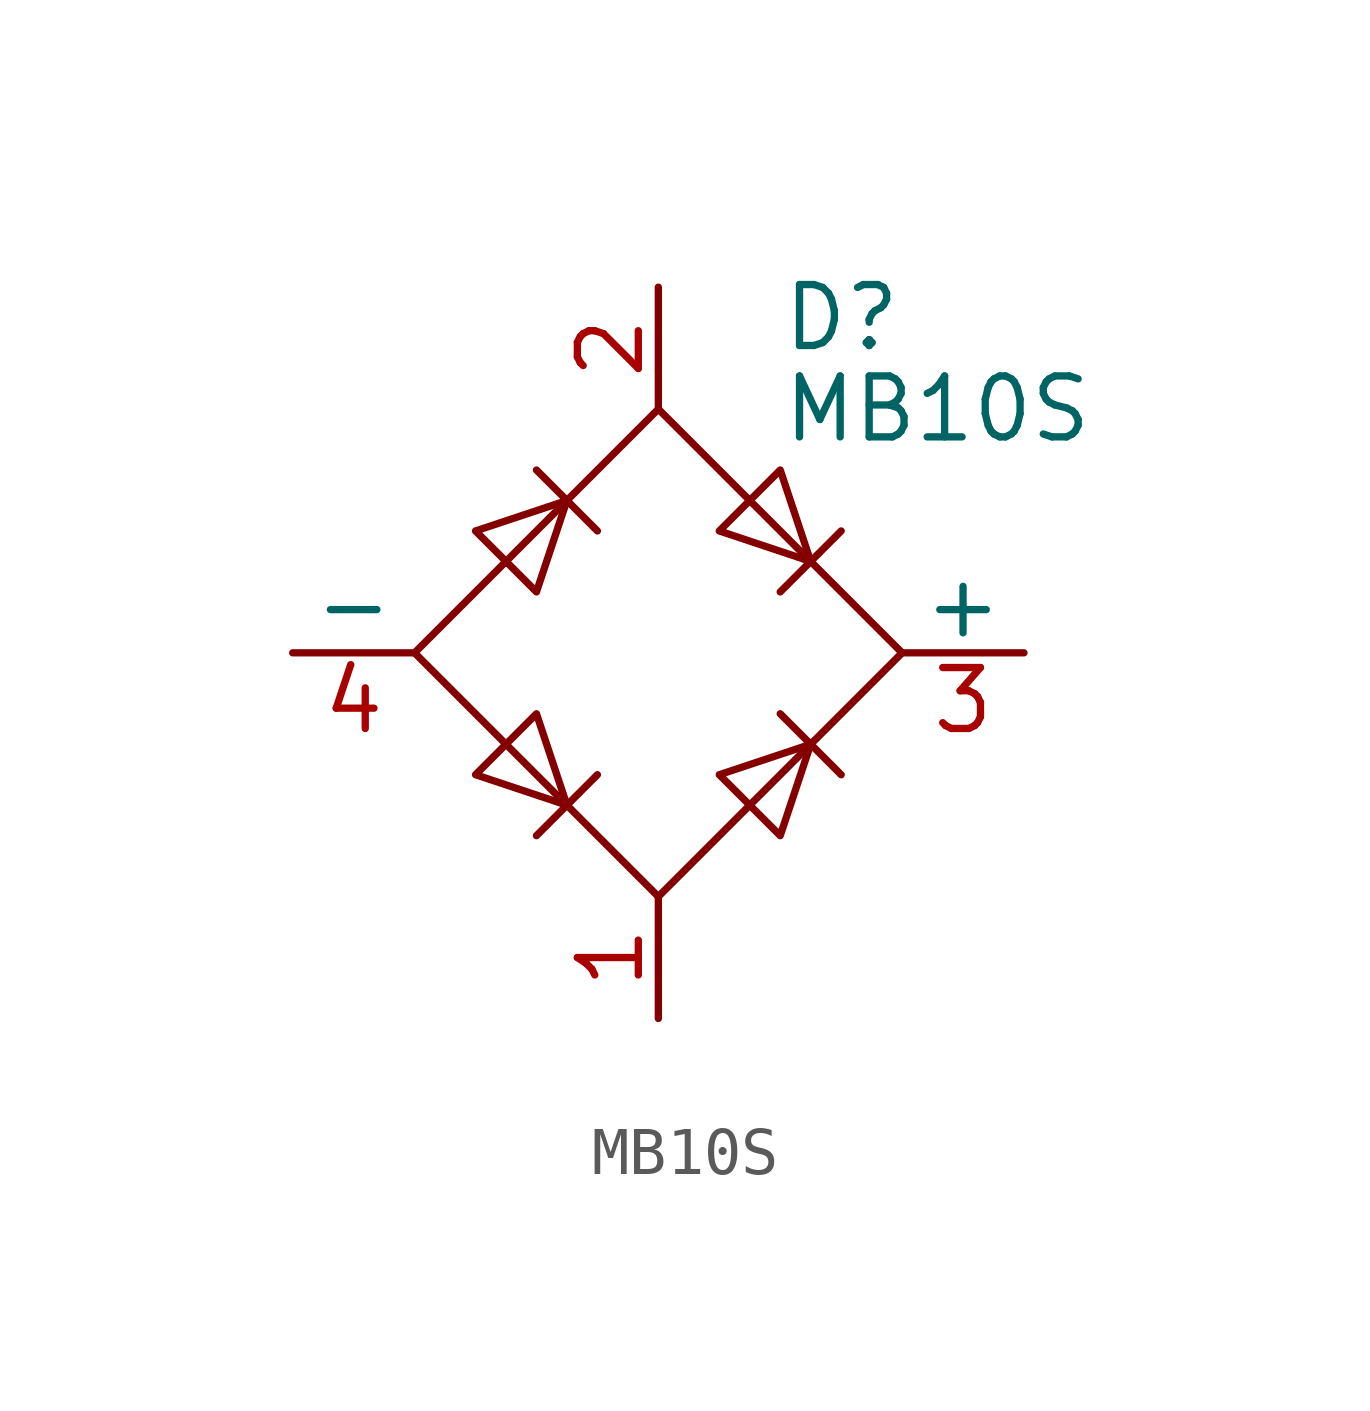
<source format=kicad_sym>
(kicad_symbol_lib
  (version 20211014)
  (generator kicad_symbol_editor)
  (symbol "MB10S"
    (pin_names
      (offset 0))
    (property "Reference" "D"
      (at 2.54 6.985 0)
      (effects (font (size 1.27 1.27)) (justify left)))
    (property "Value" "MB10S"
      (at 2.54 5.08 0)
      (effects (font (size 1.27 1.27)) (justify left)))
    (symbol "MB10S_0_1"
      (polyline (pts (xy -2.54 3.81) (xy -1.27 2.54)) (stroke (width 0) (type default) (color 0 0 0 0)) (fill (type none)))
      (polyline (pts (xy -1.27 -2.54) (xy -2.54 -3.81)) (stroke (width 0) (type default) (color 0 0 0 0)) (fill (type none)))
      (polyline (pts (xy 2.54 -1.27) (xy 3.81 -2.54)) (stroke (width 0) (type default) (color 0 0 0 0)) (fill (type none)))
      (polyline (pts (xy 2.54 1.27) (xy 3.81 2.54)) (stroke (width 0) (type default) (color 0 0 0 0)) (fill (type none)))
      (polyline (pts (xy -3.81 2.54) (xy -2.54 1.27) (xy -1.905 3.175) (xy -3.81 2.54)) (stroke (width 0) (type default) (color 0 0 0 0)) (fill (type none)))
      (polyline (pts (xy -2.54 -1.27) (xy -3.81 -2.54) (xy -1.905 -3.175) (xy -2.54 -1.27)) (stroke (width 0) (type default) (color 0 0 0 0)) (fill (type none)))
      (polyline (pts (xy 1.27 2.54) (xy 2.54 3.81) (xy 3.175 1.905) (xy 1.27 2.54)) (stroke (width 0) (type default) (color 0 0 0 0)) (fill (type none)))
      (polyline (pts (xy 3.175 -1.905) (xy 1.27 -2.54) (xy 2.54 -3.81) (xy 3.175 -1.905)) (stroke (width 0) (type default) (color 0 0 0 0)) (fill (type none)))
      (polyline (pts (xy -5.08 0) (xy 0 -5.08) (xy 5.08 0) (xy 0 5.08) (xy -5.08 0)) (stroke (width 0) (type default) (color 0 0 0 0)) (fill (type none))))
    (symbol "MB10S_1_1"
      (pin passive line (at 0 -7.62 90) (length 2.54) (name "~" (effects (font (size 1.27 1.27)))) (number "1" (effects (font (size 1.27 1.27)))))
      (pin passive line (at 0 7.62 270) (length 2.54) (name "~" (effects (font (size 1.27 1.27)))) (number "2" (effects (font (size 1.27 1.27)))))
      (pin passive line (at 7.62 0 180) (length 2.54) (name "+" (effects (font (size 1.27 1.27)))) (number "3" (effects (font (size 1.27 1.27)))))
      (pin passive line (at -7.62 0 0) (length 2.54) (name "-" (effects (font (size 1.27 1.27)))) (number "4" (effects (font (size 1.27 1.27))))))))
</source>
